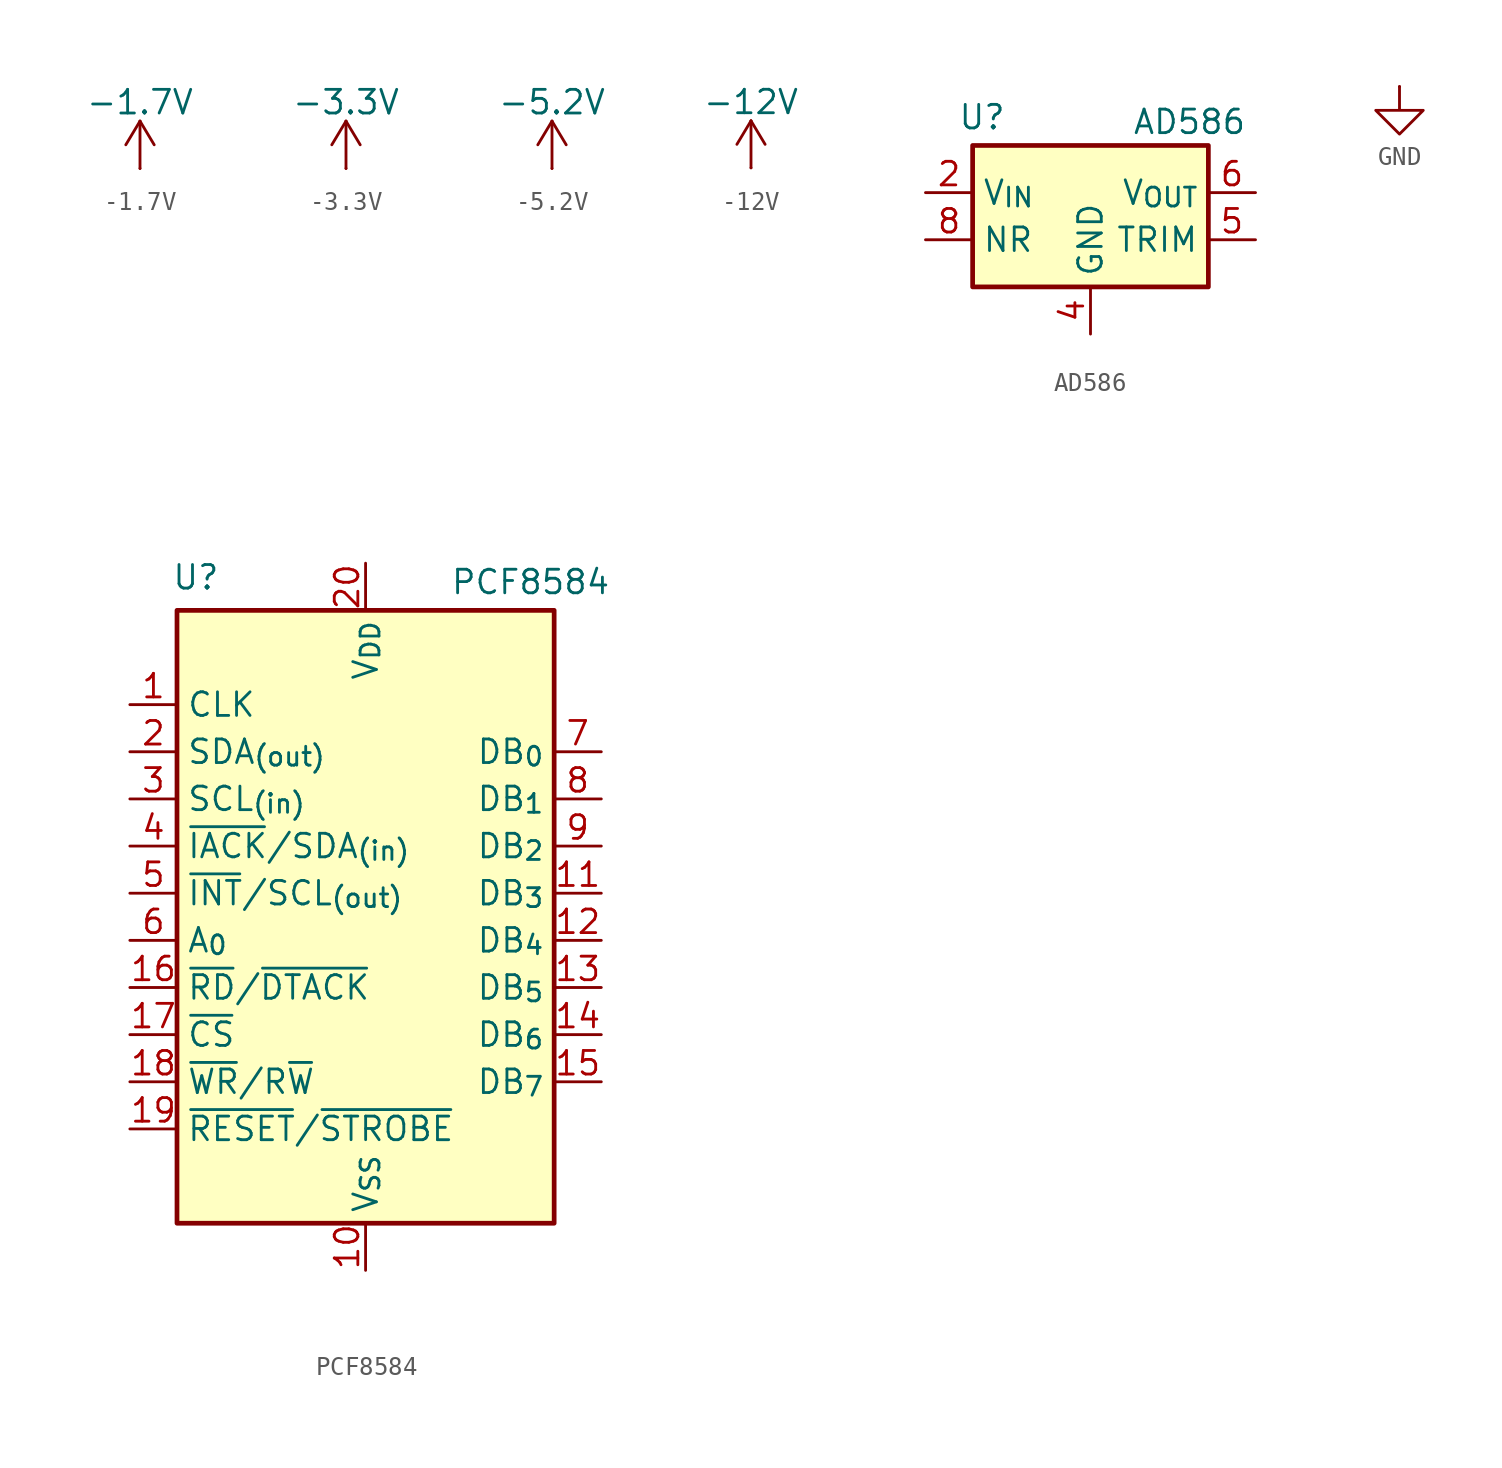
<source format=kicad_sym>
(kicad_symbol_lib
  (version 20231120)
  (generator "kicad_symbol_editor")
  (generator_version "8.0")
  (symbol "-1.7V"
    (power)
    (pin_numbers hide)
    (pin_names
      (offset 0) hide)
    (property "Reference" "#PWR"
      (at 0 -3.81 0)
      (effects (font (size 1.27 1.27)) (hide yes)))
    (property "Value" "-1.7V"
      (at 0 3.556 0)
      (effects (font (size 1.27 1.27))))
    (symbol "-1.7V_0_1"
      (polyline (pts (xy -0.762 1.27) (xy 0 2.54)) (stroke (width 0) (type default)) (fill (type none)))
      (polyline (pts (xy 0 0) (xy 0 2.54)) (stroke (width 0) (type default)) (fill (type none)))
      (polyline (pts (xy 0 2.54) (xy 0.762 1.27)) (stroke (width 0) (type default)) (fill (type none))))
    (symbol "-1.7V_1_1"
      (pin power_in line (at 0 0 90) (length 0) (name "~" (effects (font (size 1.27 1.27)))) (number "1" (effects (font (size 1.27 1.27)))))))
  (symbol "-3.3V"
    (power)
    (pin_numbers hide)
    (pin_names
      (offset 0) hide)
    (property "Reference" "#PWR"
      (at 0 -3.81 0)
      (effects (font (size 1.27 1.27)) (hide yes)))
    (property "Value" "-3.3V"
      (at 0 3.556 0)
      (effects (font (size 1.27 1.27))))
    (symbol "-3.3V_0_1"
      (polyline (pts (xy -0.762 1.27) (xy 0 2.54)) (stroke (width 0) (type default)) (fill (type none)))
      (polyline (pts (xy 0 0) (xy 0 2.54)) (stroke (width 0) (type default)) (fill (type none)))
      (polyline (pts (xy 0 2.54) (xy 0.762 1.27)) (stroke (width 0) (type default)) (fill (type none))))
    (symbol "-3.3V_1_1"
      (pin power_in line (at 0 0 90) (length 0) (name "~" (effects (font (size 1.27 1.27)))) (number "1" (effects (font (size 1.27 1.27)))))))
  (symbol "-5.2V"
    (power)
    (pin_numbers hide)
    (pin_names
      (offset 0) hide)
    (property "Reference" "#PWR"
      (at 0 -3.81 0)
      (effects (font (size 1.27 1.27)) (hide yes)))
    (property "Value" "-5.2V"
      (at 0 3.556 0)
      (effects (font (size 1.27 1.27))))
    (symbol "-5.2V_0_1"
      (polyline (pts (xy -0.762 1.27) (xy 0 2.54)) (stroke (width 0) (type default)) (fill (type none)))
      (polyline (pts (xy 0 0) (xy 0 2.54)) (stroke (width 0) (type default)) (fill (type none)))
      (polyline (pts (xy 0 2.54) (xy 0.762 1.27)) (stroke (width 0) (type default)) (fill (type none))))
    (symbol "-5.2V_1_1"
      (pin power_in line (at 0 0 90) (length 0) (name "~" (effects (font (size 1.27 1.27)))) (number "1" (effects (font (size 1.27 1.27)))))))
  (symbol "-12V"
    (power)
    (pin_numbers hide)
    (pin_names
      (offset 0) hide)
    (property "Reference" "#PWR"
      (at 0 -3.81 0)
      (effects (font (size 1.27 1.27)) (hide yes)))
    (property "Value" "-12V"
      (at 0 3.556 0)
      (effects (font (size 1.27 1.27))))
    (symbol "-12V_0_1"
      (polyline (pts (xy -0.762 1.27) (xy 0 2.54)) (stroke (width 0) (type default)) (fill (type none)))
      (polyline (pts (xy 0 0) (xy 0 2.54)) (stroke (width 0) (type default)) (fill (type none)))
      (polyline (pts (xy 0 2.54) (xy 0.762 1.27)) (stroke (width 0) (type default)) (fill (type none))))
    (symbol "-12V_1_1"
      (pin power_in line (at 0 0 90) (length 0) (name "~" (effects (font (size 1.27 1.27)))) (number "1" (effects (font (size 1.27 1.27)))))))
  (symbol "AD586"
    (property "Reference" "U"
      (at -5.842 5.334 0)
      (effects (font (size 1.27 1.27))))
    (property "Value" "AD586"
      (at 5.334 5.08 0)
      (effects (font (size 1.27 1.27))))
    (symbol "AD586_1_1"
      (rectangle (start -6.35 3.81) (end 6.35 -3.81) (stroke (width 0.254) (type default)) (fill (type background)))
      (pin no_connect non_logic (at -2.54 2.54 180) (length 0) hide (name "" (effects (font (size 1.27 1.27)))) (number "1" (effects (font (size 1.27 1.27)))))
      (pin power_in line (at -8.89 1.27 0) (length 2.54) (name "V_{IN}" (effects (font (size 1.27 1.27)))) (number "2" (effects (font (size 1.27 1.27)))))
      (pin no_connect non_logic (at -2.54 0 180) (length 0) hide (name "" (effects (font (size 1.27 1.27)))) (number "3" (effects (font (size 1.27 1.27)))))
      (pin power_in line (at 0 -6.35 90) (length 2.54) (name "GND" (effects (font (size 1.27 1.27)))) (number "4" (effects (font (size 1.27 1.27)))))
      (pin passive line (at 8.89 -1.27 180) (length 2.54) (name "TRIM" (effects (font (size 1.27 1.27)))) (number "5" (effects (font (size 1.27 1.27)))))
      (pin power_out line (at 8.89 1.27 180) (length 2.54) (name "V_{OUT}" (effects (font (size 1.27 1.27)))) (number "6" (effects (font (size 1.27 1.27)))))
      (pin no_connect non_logic (at -2.54 -2.54 180) (length 0) hide (name "" (effects (font (size 1.27 1.27)))) (number "7" (effects (font (size 1.27 1.27)))))
      (pin passive line (at -8.89 -1.27 0) (length 2.54) (name "NR" (effects (font (size 1.27 1.27)))) (number "8" (effects (font (size 1.27 1.27)))))))
  (symbol "GND"
    (power)
    (pin_numbers hide)
    (pin_names
      (offset 0) hide)
    (property "Reference" "#PWR"
      (at 0 -6.35 0)
      (effects (font (size 1.27 1.27)) (hide yes)))
    (symbol "GND_0_1"
      (polyline (pts (xy 0 0) (xy 0 -1.27) (xy 1.27 -1.27) (xy 0 -2.54) (xy -1.27 -1.27) (xy 0 -1.27)) (stroke (width 0) (type default)) (fill (type none))))
    (symbol "GND_1_1"
      (pin power_in line (at 0 0 270) (length 0) (name "~" (effects (font (size 1.27 1.27)))) (number "1" (effects (font (size 1.27 1.27)))))))
  (symbol "PCF8584"
    (property "Reference" "U"
      (at -9.144 18.288 0)
      (effects (font (size 1.27 1.27))))
    (property "Value" "PCF8584"
      (at 8.89 18.034 0)
      (effects (font (size 1.27 1.27))))
    (symbol "PCF8584_1_1"
      (rectangle (start -10.16 16.51) (end 10.16 -16.51) (stroke (width 0.254) (type default)) (fill (type background)))
      (pin input line (at -12.7 11.43 0) (length 2.54) (name "CLK" (effects (font (size 1.27 1.27)))) (number "1" (effects (font (size 1.27 1.27)))))
      (pin power_in line (at 0 -19.05 90) (length 2.54) (name "V_{SS}" (effects (font (size 1.27 1.27)))) (number "10" (effects (font (size 1.27 1.27)))))
      (pin bidirectional line (at 12.7 1.27 180) (length 2.54) (name "DB_{3}" (effects (font (size 1.27 1.27)))) (number "11" (effects (font (size 1.27 1.27)))))
      (pin bidirectional line (at 12.7 -1.27 180) (length 2.54) (name "DB_{4}" (effects (font (size 1.27 1.27)))) (number "12" (effects (font (size 1.27 1.27)))))
      (pin bidirectional line (at 12.7 -3.81 180) (length 2.54) (name "DB_{5}" (effects (font (size 1.27 1.27)))) (number "13" (effects (font (size 1.27 1.27)))))
      (pin bidirectional line (at 12.7 -6.35 180) (length 2.54) (name "DB_{6}" (effects (font (size 1.27 1.27)))) (number "14" (effects (font (size 1.27 1.27)))))
      (pin bidirectional line (at 12.7 -8.89 180) (length 2.54) (name "DB_{7}" (effects (font (size 1.27 1.27)))) (number "15" (effects (font (size 1.27 1.27)))))
      (pin bidirectional line (at -12.7 -3.81 0) (length 2.54) (name "~{RD}/~{DTACK}" (effects (font (size 1.27 1.27)))) (number "16" (effects (font (size 1.27 1.27)))))
      (pin input line (at -12.7 -6.35 0) (length 2.54) (name "~{CS}" (effects (font (size 1.27 1.27)))) (number "17" (effects (font (size 1.27 1.27)))))
      (pin input line (at -12.7 -8.89 0) (length 2.54) (name "~{WR}/R~{W}" (effects (font (size 1.27 1.27)))) (number "18" (effects (font (size 1.27 1.27)))))
      (pin open_collector line (at -12.7 -11.43 0) (length 2.54) (name "~{RESET}/~{STROBE}" (effects (font (size 1.27 1.27)))) (number "19" (effects (font (size 1.27 1.27)))))
      (pin open_collector line (at -12.7 8.89 0) (length 2.54) (name "SDA_{(out)}" (effects (font (size 1.27 1.27)))) (number "2" (effects (font (size 1.27 1.27)))))
      (pin power_in line (at 0 19.05 270) (length 2.54) (name "V_{DD}" (effects (font (size 1.27 1.27)))) (number "20" (effects (font (size 1.27 1.27)))))
      (pin open_collector line (at -12.7 6.35 0) (length 2.54) (name "SCL_{(in)}" (effects (font (size 1.27 1.27)))) (number "3" (effects (font (size 1.27 1.27)))))
      (pin input line (at -12.7 3.81 0) (length 2.54) (name "~{IACK}/SDA_{(in)}" (effects (font (size 1.27 1.27)))) (number "4" (effects (font (size 1.27 1.27)))))
      (pin open_collector line (at -12.7 1.27 0) (length 2.54) (name "~{INT}/SCL_{(out)}" (effects (font (size 1.27 1.27)))) (number "5" (effects (font (size 1.27 1.27)))))
      (pin input line (at -12.7 -1.27 0) (length 2.54) (name "A_{0}" (effects (font (size 1.27 1.27)))) (number "6" (effects (font (size 1.27 1.27)))))
      (pin bidirectional line (at 12.7 8.89 180) (length 2.54) (name "DB_{0}" (effects (font (size 1.27 1.27)))) (number "7" (effects (font (size 1.27 1.27)))))
      (pin bidirectional line (at 12.7 6.35 180) (length 2.54) (name "DB_{1}" (effects (font (size 1.27 1.27)))) (number "8" (effects (font (size 1.27 1.27)))))
      (pin bidirectional line (at 12.7 3.81 180) (length 2.54) (name "DB_{2}" (effects (font (size 1.27 1.27)))) (number "9" (effects (font (size 1.27 1.27))))))))
</source>
